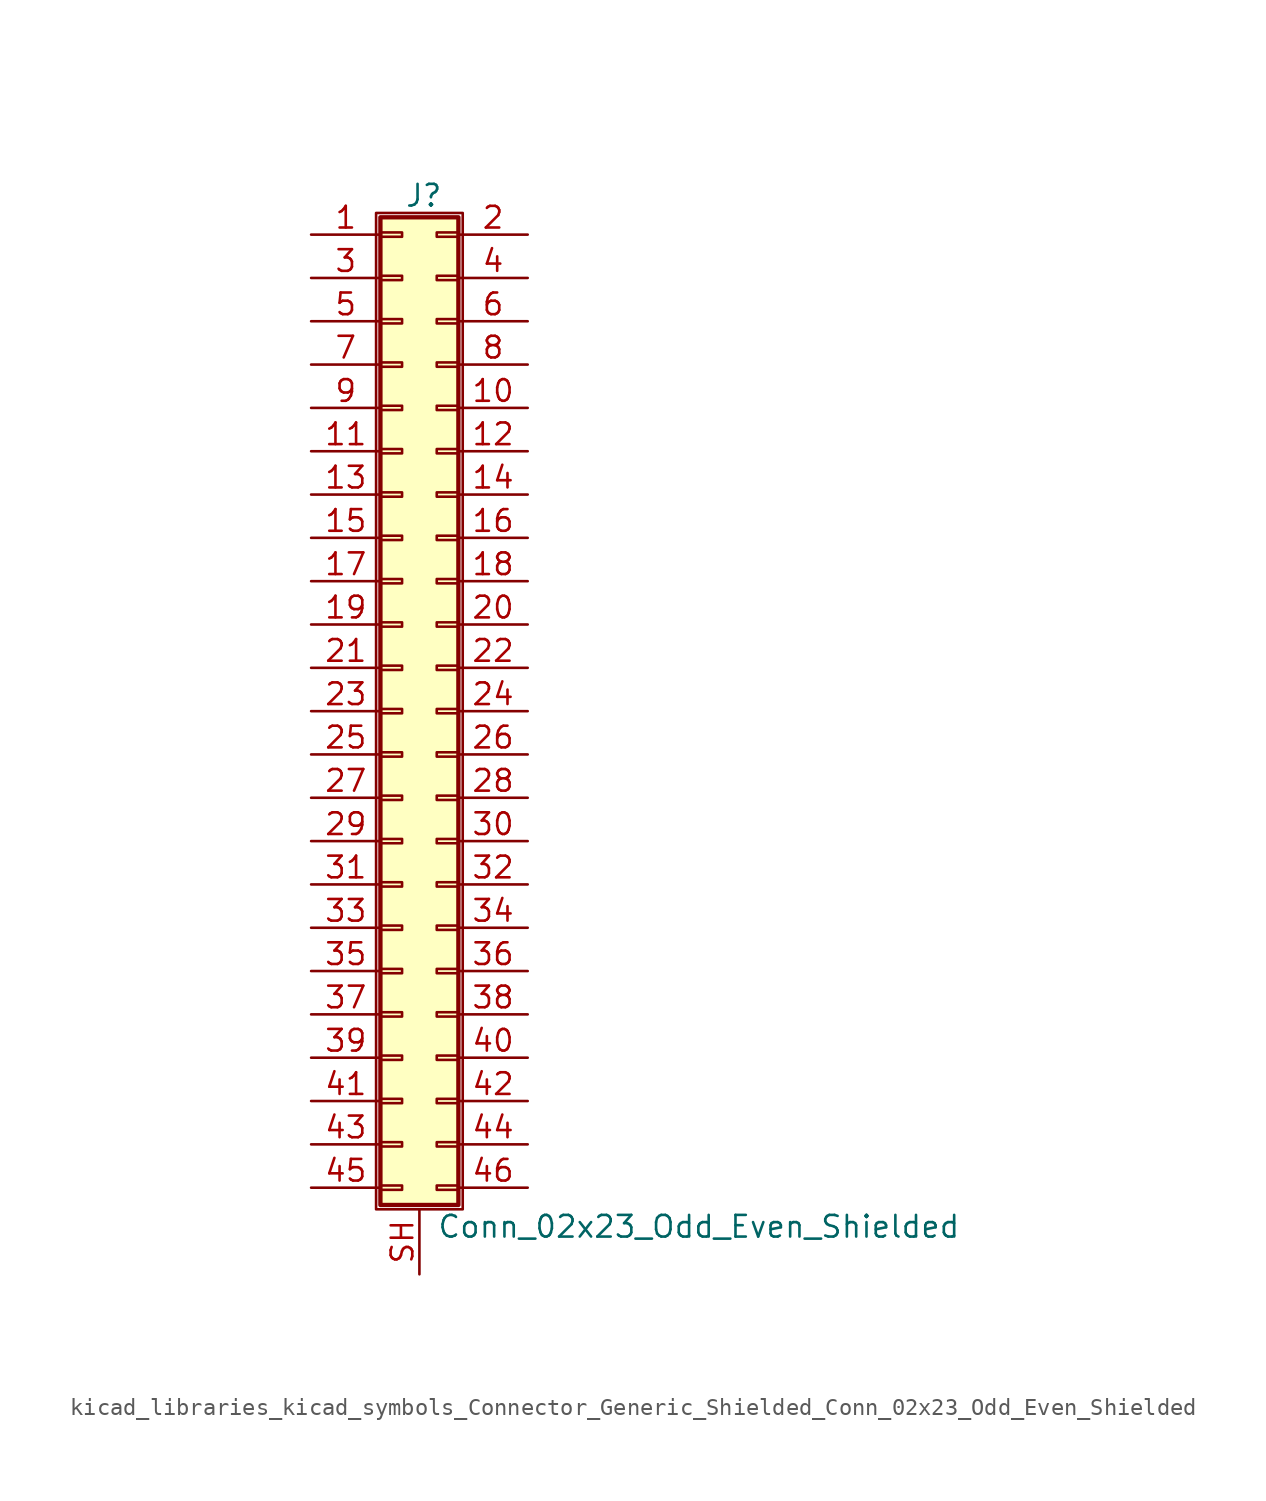
<source format=kicad_sym>
(kicad_symbol_lib
  (version 20220914)
  (generator kicad_symbol_editor)
  (symbol "kicad_libraries_kicad_symbols_Connector_Generic_Shielded_Conn_02x23_Odd_Even_Shielded"
    (pin_names
      (offset 1.016) hide)
    (property "Reference" "J"
      (at 1.524 30.226 0)
      (effects (font (size 1.27 1.27))))
    (property "Value" "Conn_02x23_Odd_Even_Shielded"
      (at 2.286 -30.226 0)
      (effects (font (size 1.27 1.27)) (justify left)))
    (symbol "kicad_libraries_kicad_symbols_Connector_Generic_Shielded_Conn_02x23_Odd_Even_Shielded_1_1"
      (rectangle (start -1.27 29.21) (end 3.81 -29.21) (stroke (width 0.152) (type default)) (fill (type none)))
      (rectangle (start -1.016 -27.813) (end 0.254 -28.067) (stroke (width 0.152) (type default)) (fill (type none)))
      (rectangle (start -1.016 -25.273) (end 0.254 -25.527) (stroke (width 0.152) (type default)) (fill (type none)))
      (rectangle (start -1.016 -22.733) (end 0.254 -22.987) (stroke (width 0.152) (type default)) (fill (type none)))
      (rectangle (start -1.016 -20.193) (end 0.254 -20.447) (stroke (width 0.152) (type default)) (fill (type none)))
      (rectangle (start -1.016 -17.653) (end 0.254 -17.907) (stroke (width 0.152) (type default)) (fill (type none)))
      (rectangle (start -1.016 -15.113) (end 0.254 -15.367) (stroke (width 0.152) (type default)) (fill (type none)))
      (rectangle (start -1.016 -12.573) (end 0.254 -12.827) (stroke (width 0.152) (type default)) (fill (type none)))
      (rectangle (start -1.016 -10.033) (end 0.254 -10.287) (stroke (width 0.152) (type default)) (fill (type none)))
      (rectangle (start -1.016 -7.493) (end 0.254 -7.747) (stroke (width 0.152) (type default)) (fill (type none)))
      (rectangle (start -1.016 -4.953) (end 0.254 -5.207) (stroke (width 0.152) (type default)) (fill (type none)))
      (rectangle (start -1.016 -2.413) (end 0.254 -2.667) (stroke (width 0.152) (type default)) (fill (type none)))
      (rectangle (start -1.016 0.127) (end 0.254 -0.127) (stroke (width 0.152) (type default)) (fill (type none)))
      (rectangle (start -1.016 2.667) (end 0.254 2.413) (stroke (width 0.152) (type default)) (fill (type none)))
      (rectangle (start -1.016 5.207) (end 0.254 4.953) (stroke (width 0.152) (type default)) (fill (type none)))
      (rectangle (start -1.016 7.747) (end 0.254 7.493) (stroke (width 0.152) (type default)) (fill (type none)))
      (rectangle (start -1.016 10.287) (end 0.254 10.033) (stroke (width 0.152) (type default)) (fill (type none)))
      (rectangle (start -1.016 12.827) (end 0.254 12.573) (stroke (width 0.152) (type default)) (fill (type none)))
      (rectangle (start -1.016 15.367) (end 0.254 15.113) (stroke (width 0.152) (type default)) (fill (type none)))
      (rectangle (start -1.016 17.907) (end 0.254 17.653) (stroke (width 0.152) (type default)) (fill (type none)))
      (rectangle (start -1.016 20.447) (end 0.254 20.193) (stroke (width 0.152) (type default)) (fill (type none)))
      (rectangle (start -1.016 22.987) (end 0.254 22.733) (stroke (width 0.152) (type default)) (fill (type none)))
      (rectangle (start -1.016 25.527) (end 0.254 25.273) (stroke (width 0.152) (type default)) (fill (type none)))
      (rectangle (start -1.016 28.067) (end 0.254 27.813) (stroke (width 0.152) (type default)) (fill (type none)))
      (rectangle (start -1.016 28.956) (end 3.556 -28.956) (stroke (width 0.254) (type default)) (fill (type background)))
      (rectangle (start 3.556 -27.813) (end 2.286 -28.067) (stroke (width 0.152) (type default)) (fill (type none)))
      (rectangle (start 3.556 -25.273) (end 2.286 -25.527) (stroke (width 0.152) (type default)) (fill (type none)))
      (rectangle (start 3.556 -22.733) (end 2.286 -22.987) (stroke (width 0.152) (type default)) (fill (type none)))
      (rectangle (start 3.556 -20.193) (end 2.286 -20.447) (stroke (width 0.152) (type default)) (fill (type none)))
      (rectangle (start 3.556 -17.653) (end 2.286 -17.907) (stroke (width 0.152) (type default)) (fill (type none)))
      (rectangle (start 3.556 -15.113) (end 2.286 -15.367) (stroke (width 0.152) (type default)) (fill (type none)))
      (rectangle (start 3.556 -12.573) (end 2.286 -12.827) (stroke (width 0.152) (type default)) (fill (type none)))
      (rectangle (start 3.556 -10.033) (end 2.286 -10.287) (stroke (width 0.152) (type default)) (fill (type none)))
      (rectangle (start 3.556 -7.493) (end 2.286 -7.747) (stroke (width 0.152) (type default)) (fill (type none)))
      (rectangle (start 3.556 -4.953) (end 2.286 -5.207) (stroke (width 0.152) (type default)) (fill (type none)))
      (rectangle (start 3.556 -2.413) (end 2.286 -2.667) (stroke (width 0.152) (type default)) (fill (type none)))
      (rectangle (start 3.556 0.127) (end 2.286 -0.127) (stroke (width 0.152) (type default)) (fill (type none)))
      (rectangle (start 3.556 2.667) (end 2.286 2.413) (stroke (width 0.152) (type default)) (fill (type none)))
      (rectangle (start 3.556 5.207) (end 2.286 4.953) (stroke (width 0.152) (type default)) (fill (type none)))
      (rectangle (start 3.556 7.747) (end 2.286 7.493) (stroke (width 0.152) (type default)) (fill (type none)))
      (rectangle (start 3.556 10.287) (end 2.286 10.033) (stroke (width 0.152) (type default)) (fill (type none)))
      (rectangle (start 3.556 12.827) (end 2.286 12.573) (stroke (width 0.152) (type default)) (fill (type none)))
      (rectangle (start 3.556 15.367) (end 2.286 15.113) (stroke (width 0.152) (type default)) (fill (type none)))
      (rectangle (start 3.556 17.907) (end 2.286 17.653) (stroke (width 0.152) (type default)) (fill (type none)))
      (rectangle (start 3.556 20.447) (end 2.286 20.193) (stroke (width 0.152) (type default)) (fill (type none)))
      (rectangle (start 3.556 22.987) (end 2.286 22.733) (stroke (width 0.152) (type default)) (fill (type none)))
      (rectangle (start 3.556 25.527) (end 2.286 25.273) (stroke (width 0.152) (type default)) (fill (type none)))
      (rectangle (start 3.556 28.067) (end 2.286 27.813) (stroke (width 0.152) (type default)) (fill (type none)))
      (pin passive line (at -5.08 27.94 0) (length 4.064) (name "Pin_1" (effects (font (size 1.27 1.27)))) (number "1" (effects (font (size 1.27 1.27)))))
      (pin passive line (at 7.62 17.78 180) (length 4.064) (name "Pin_10" (effects (font (size 1.27 1.27)))) (number "10" (effects (font (size 1.27 1.27)))))
      (pin passive line (at -5.08 15.24 0) (length 4.064) (name "Pin_11" (effects (font (size 1.27 1.27)))) (number "11" (effects (font (size 1.27 1.27)))))
      (pin passive line (at 7.62 15.24 180) (length 4.064) (name "Pin_12" (effects (font (size 1.27 1.27)))) (number "12" (effects (font (size 1.27 1.27)))))
      (pin passive line (at -5.08 12.7 0) (length 4.064) (name "Pin_13" (effects (font (size 1.27 1.27)))) (number "13" (effects (font (size 1.27 1.27)))))
      (pin passive line (at 7.62 12.7 180) (length 4.064) (name "Pin_14" (effects (font (size 1.27 1.27)))) (number "14" (effects (font (size 1.27 1.27)))))
      (pin passive line (at -5.08 10.16 0) (length 4.064) (name "Pin_15" (effects (font (size 1.27 1.27)))) (number "15" (effects (font (size 1.27 1.27)))))
      (pin passive line (at 7.62 10.16 180) (length 4.064) (name "Pin_16" (effects (font (size 1.27 1.27)))) (number "16" (effects (font (size 1.27 1.27)))))
      (pin passive line (at -5.08 7.62 0) (length 4.064) (name "Pin_17" (effects (font (size 1.27 1.27)))) (number "17" (effects (font (size 1.27 1.27)))))
      (pin passive line (at 7.62 7.62 180) (length 4.064) (name "Pin_18" (effects (font (size 1.27 1.27)))) (number "18" (effects (font (size 1.27 1.27)))))
      (pin passive line (at -5.08 5.08 0) (length 4.064) (name "Pin_19" (effects (font (size 1.27 1.27)))) (number "19" (effects (font (size 1.27 1.27)))))
      (pin passive line (at 7.62 27.94 180) (length 4.064) (name "Pin_2" (effects (font (size 1.27 1.27)))) (number "2" (effects (font (size 1.27 1.27)))))
      (pin passive line (at 7.62 5.08 180) (length 4.064) (name "Pin_20" (effects (font (size 1.27 1.27)))) (number "20" (effects (font (size 1.27 1.27)))))
      (pin passive line (at -5.08 2.54 0) (length 4.064) (name "Pin_21" (effects (font (size 1.27 1.27)))) (number "21" (effects (font (size 1.27 1.27)))))
      (pin passive line (at 7.62 2.54 180) (length 4.064) (name "Pin_22" (effects (font (size 1.27 1.27)))) (number "22" (effects (font (size 1.27 1.27)))))
      (pin passive line (at -5.08 0 0) (length 4.064) (name "Pin_23" (effects (font (size 1.27 1.27)))) (number "23" (effects (font (size 1.27 1.27)))))
      (pin passive line (at 7.62 0 180) (length 4.064) (name "Pin_24" (effects (font (size 1.27 1.27)))) (number "24" (effects (font (size 1.27 1.27)))))
      (pin passive line (at -5.08 -2.54 0) (length 4.064) (name "Pin_25" (effects (font (size 1.27 1.27)))) (number "25" (effects (font (size 1.27 1.27)))))
      (pin passive line (at 7.62 -2.54 180) (length 4.064) (name "Pin_26" (effects (font (size 1.27 1.27)))) (number "26" (effects (font (size 1.27 1.27)))))
      (pin passive line (at -5.08 -5.08 0) (length 4.064) (name "Pin_27" (effects (font (size 1.27 1.27)))) (number "27" (effects (font (size 1.27 1.27)))))
      (pin passive line (at 7.62 -5.08 180) (length 4.064) (name "Pin_28" (effects (font (size 1.27 1.27)))) (number "28" (effects (font (size 1.27 1.27)))))
      (pin passive line (at -5.08 -7.62 0) (length 4.064) (name "Pin_29" (effects (font (size 1.27 1.27)))) (number "29" (effects (font (size 1.27 1.27)))))
      (pin passive line (at -5.08 25.4 0) (length 4.064) (name "Pin_3" (effects (font (size 1.27 1.27)))) (number "3" (effects (font (size 1.27 1.27)))))
      (pin passive line (at 7.62 -7.62 180) (length 4.064) (name "Pin_30" (effects (font (size 1.27 1.27)))) (number "30" (effects (font (size 1.27 1.27)))))
      (pin passive line (at -5.08 -10.16 0) (length 4.064) (name "Pin_31" (effects (font (size 1.27 1.27)))) (number "31" (effects (font (size 1.27 1.27)))))
      (pin passive line (at 7.62 -10.16 180) (length 4.064) (name "Pin_32" (effects (font (size 1.27 1.27)))) (number "32" (effects (font (size 1.27 1.27)))))
      (pin passive line (at -5.08 -12.7 0) (length 4.064) (name "Pin_33" (effects (font (size 1.27 1.27)))) (number "33" (effects (font (size 1.27 1.27)))))
      (pin passive line (at 7.62 -12.7 180) (length 4.064) (name "Pin_34" (effects (font (size 1.27 1.27)))) (number "34" (effects (font (size 1.27 1.27)))))
      (pin passive line (at -5.08 -15.24 0) (length 4.064) (name "Pin_35" (effects (font (size 1.27 1.27)))) (number "35" (effects (font (size 1.27 1.27)))))
      (pin passive line (at 7.62 -15.24 180) (length 4.064) (name "Pin_36" (effects (font (size 1.27 1.27)))) (number "36" (effects (font (size 1.27 1.27)))))
      (pin passive line (at -5.08 -17.78 0) (length 4.064) (name "Pin_37" (effects (font (size 1.27 1.27)))) (number "37" (effects (font (size 1.27 1.27)))))
      (pin passive line (at 7.62 -17.78 180) (length 4.064) (name "Pin_38" (effects (font (size 1.27 1.27)))) (number "38" (effects (font (size 1.27 1.27)))))
      (pin passive line (at -5.08 -20.32 0) (length 4.064) (name "Pin_39" (effects (font (size 1.27 1.27)))) (number "39" (effects (font (size 1.27 1.27)))))
      (pin passive line (at 7.62 25.4 180) (length 4.064) (name "Pin_4" (effects (font (size 1.27 1.27)))) (number "4" (effects (font (size 1.27 1.27)))))
      (pin passive line (at 7.62 -20.32 180) (length 4.064) (name "Pin_40" (effects (font (size 1.27 1.27)))) (number "40" (effects (font (size 1.27 1.27)))))
      (pin passive line (at -5.08 -22.86 0) (length 4.064) (name "Pin_41" (effects (font (size 1.27 1.27)))) (number "41" (effects (font (size 1.27 1.27)))))
      (pin passive line (at 7.62 -22.86 180) (length 4.064) (name "Pin_42" (effects (font (size 1.27 1.27)))) (number "42" (effects (font (size 1.27 1.27)))))
      (pin passive line (at -5.08 -25.4 0) (length 4.064) (name "Pin_43" (effects (font (size 1.27 1.27)))) (number "43" (effects (font (size 1.27 1.27)))))
      (pin passive line (at 7.62 -25.4 180) (length 4.064) (name "Pin_44" (effects (font (size 1.27 1.27)))) (number "44" (effects (font (size 1.27 1.27)))))
      (pin passive line (at -5.08 -27.94 0) (length 4.064) (name "Pin_45" (effects (font (size 1.27 1.27)))) (number "45" (effects (font (size 1.27 1.27)))))
      (pin passive line (at 7.62 -27.94 180) (length 4.064) (name "Pin_46" (effects (font (size 1.27 1.27)))) (number "46" (effects (font (size 1.27 1.27)))))
      (pin passive line (at -5.08 22.86 0) (length 4.064) (name "Pin_5" (effects (font (size 1.27 1.27)))) (number "5" (effects (font (size 1.27 1.27)))))
      (pin passive line (at 7.62 22.86 180) (length 4.064) (name "Pin_6" (effects (font (size 1.27 1.27)))) (number "6" (effects (font (size 1.27 1.27)))))
      (pin passive line (at -5.08 20.32 0) (length 4.064) (name "Pin_7" (effects (font (size 1.27 1.27)))) (number "7" (effects (font (size 1.27 1.27)))))
      (pin passive line (at 7.62 20.32 180) (length 4.064) (name "Pin_8" (effects (font (size 1.27 1.27)))) (number "8" (effects (font (size 1.27 1.27)))))
      (pin passive line (at -5.08 17.78 0) (length 4.064) (name "Pin_9" (effects (font (size 1.27 1.27)))) (number "9" (effects (font (size 1.27 1.27)))))
      (pin passive line (at 1.27 -33.02 90) (length 3.81) (name "Shield" (effects (font (size 1.27 1.27)))) (number "SH" (effects (font (size 1.27 1.27))))))))
</source>
